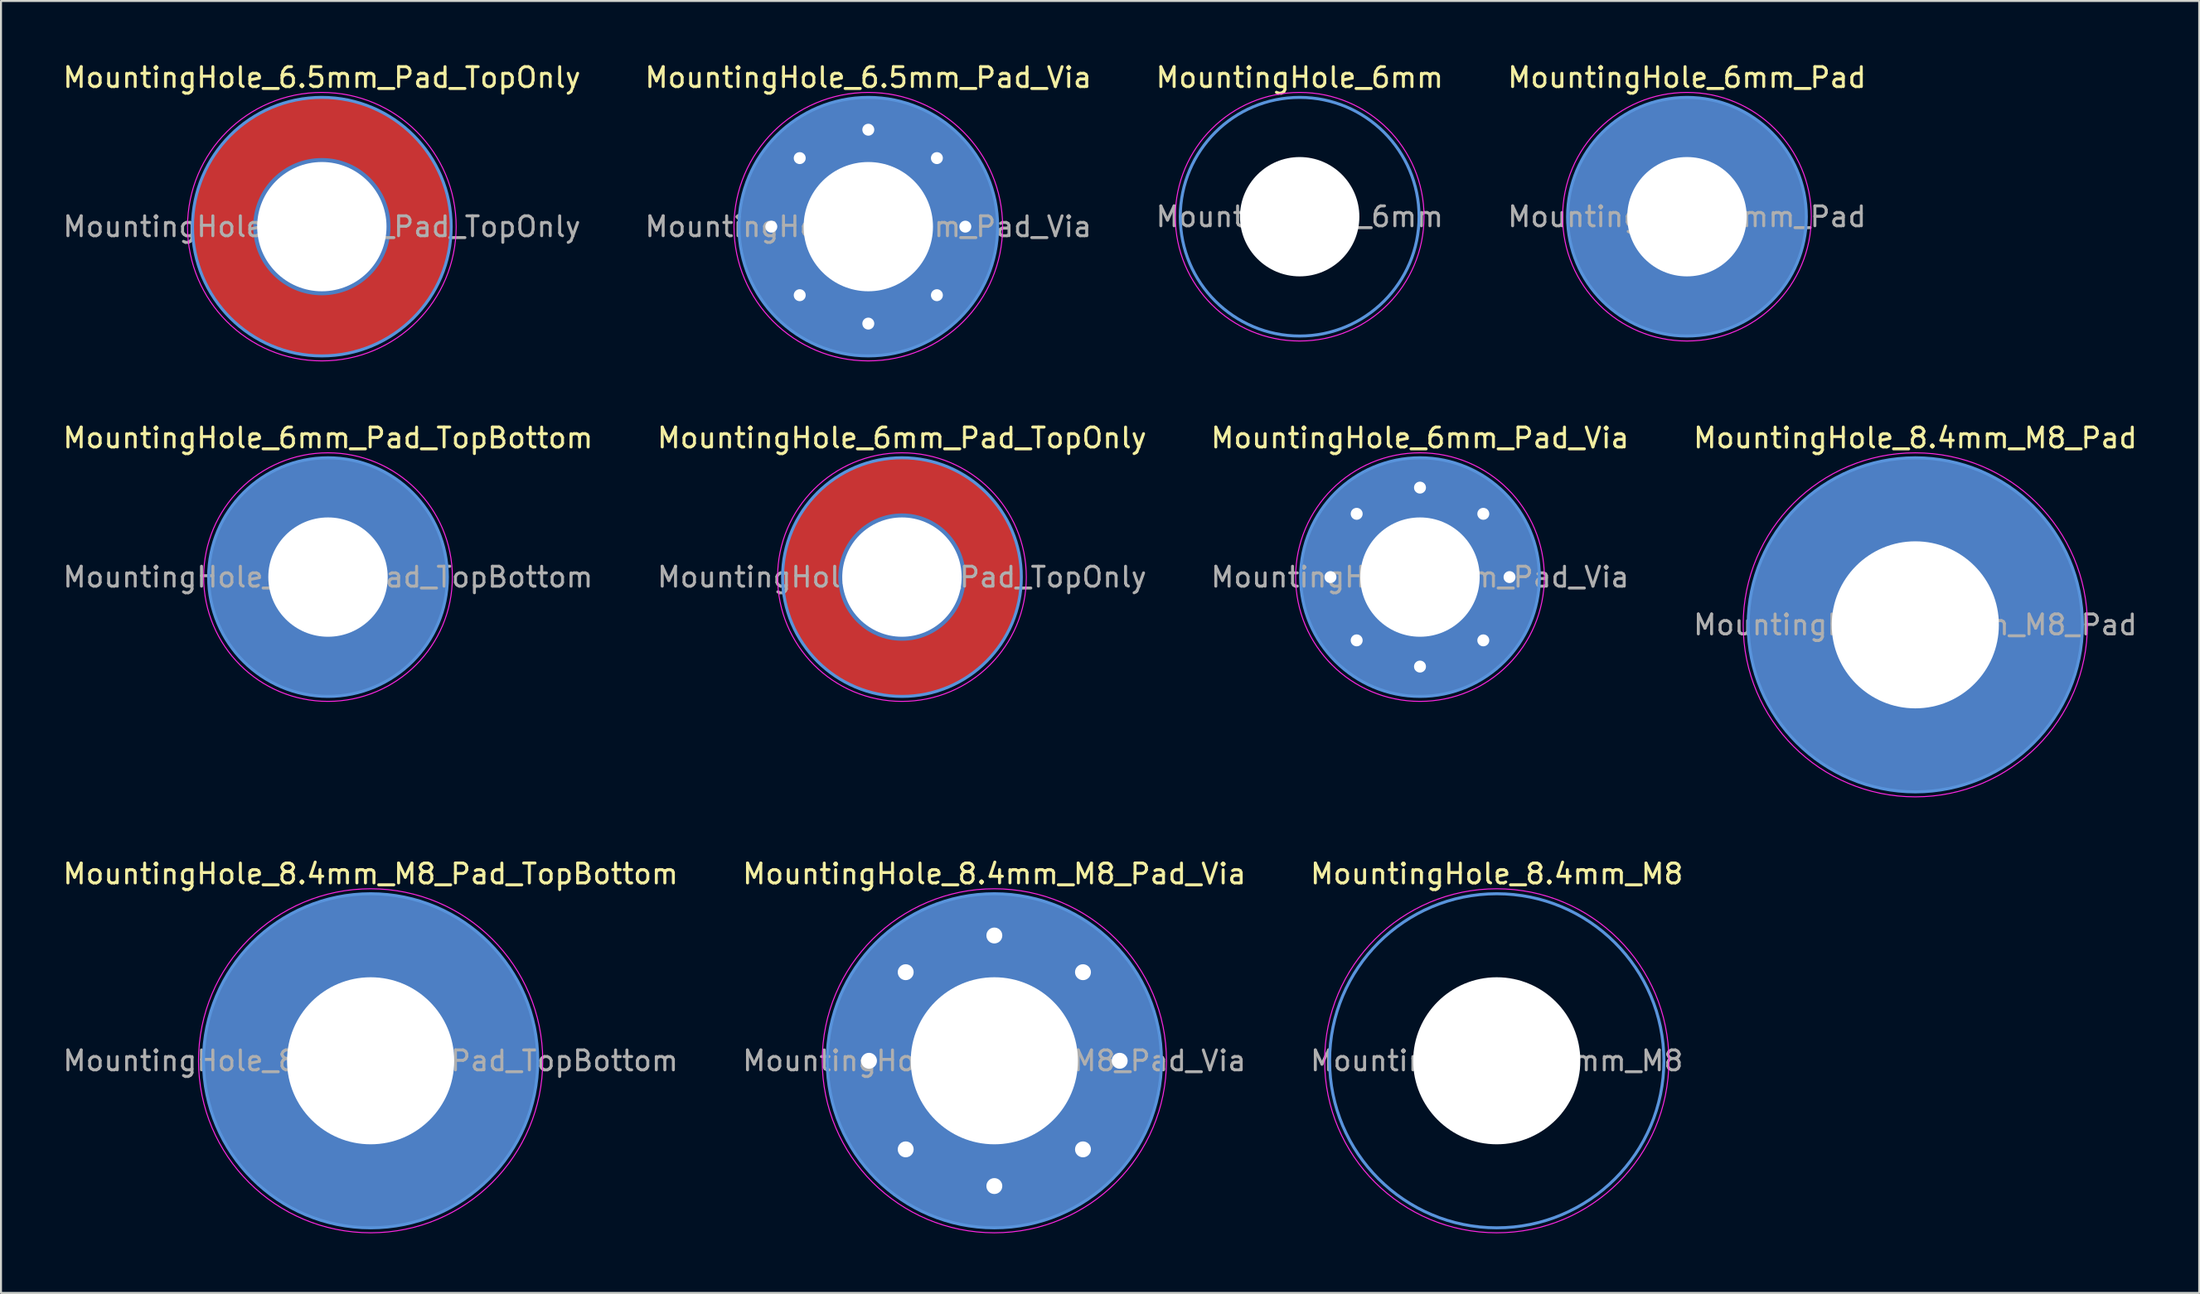
<source format=kicad_pcb>
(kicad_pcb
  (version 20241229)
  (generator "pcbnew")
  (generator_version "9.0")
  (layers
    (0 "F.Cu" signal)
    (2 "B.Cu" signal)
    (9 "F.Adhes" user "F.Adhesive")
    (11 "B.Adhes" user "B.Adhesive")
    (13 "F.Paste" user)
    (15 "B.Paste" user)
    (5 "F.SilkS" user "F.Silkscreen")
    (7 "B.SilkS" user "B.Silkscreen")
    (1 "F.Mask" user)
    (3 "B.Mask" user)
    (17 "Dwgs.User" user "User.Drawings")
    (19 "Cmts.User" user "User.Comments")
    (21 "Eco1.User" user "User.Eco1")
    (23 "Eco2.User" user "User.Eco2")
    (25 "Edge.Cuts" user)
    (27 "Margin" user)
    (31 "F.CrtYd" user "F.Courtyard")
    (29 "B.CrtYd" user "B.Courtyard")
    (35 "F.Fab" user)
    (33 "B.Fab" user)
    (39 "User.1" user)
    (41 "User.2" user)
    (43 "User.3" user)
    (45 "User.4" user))
  (footprint "MountingHole_6mm_Pad_TopOnly"
    (layer "F.Cu")
    (at 42.28 25.971)
    (property "Reference" "MountingHole_6mm_Pad_TopOnly" (at 0 -7 0) (layer "F.SilkS") (effects (font (size 1 1) (thickness 0.15))))
    (attr exclude_from_pos_files exclude_from_bom)
    (fp_circle (center 0 0) (end 6 0) (stroke (width 0.15) (type solid)) (fill no) (layer "Cmts.User"))
    (fp_circle (center 0 0) (end 6.25 0) (stroke (width 0.05) (type solid)) (fill no) (layer "F.CrtYd"))
    (fp_text user "${REFERENCE}" (at 0 0 0) (layer "F.Fab") (effects (font (size 1 1) (thickness 0.15))))
    (pad "1" thru_hole circle (at 0 0) (size 6.4 6.4) (drill 6) (layers "*.Cu" "*.Mask"))
    (pad "1" connect circle (at 0 0) (size 12 12) (layers "F.Cu" "F.Mask")))
  (footprint "MountingHole_6mm_Pad_TopBottom"
    (layer "F.Cu")
    (at 13.435 25.971)
    (property "Reference" "MountingHole_6mm_Pad_TopBottom" (at 0 -7 0) (layer "F.SilkS") (effects (font (size 1 1) (thickness 0.15))))
    (attr exclude_from_pos_files exclude_from_bom)
    (fp_circle (center 0 0) (end 6 0) (stroke (width 0.15) (type solid)) (fill no) (layer "Cmts.User"))
    (fp_circle (center 0 0) (end 6.25 0) (stroke (width 0.05) (type solid)) (fill no) (layer "F.CrtYd"))
    (fp_text user "${REFERENCE}" (at 0 0 0) (layer "F.Fab") (effects (font (size 1 1) (thickness 0.15))))
    (pad "1" thru_hole circle (at 0 0) (size 6.4 6.4) (drill 6) (layers "*.Cu" "*.Mask"))
    (pad "1" connect circle (at 0 0) (size 12 12) (layers "F.Cu" "F.Mask"))
    (pad "1" connect circle (at 0 0) (size 12 12) (layers "B.Cu" "B.Mask")))
  (footprint "MountingHole_6.5mm_Pad_TopOnly"
    (layer "F.Cu")
    (at 13.125 8.348)
    (property "Reference" "MountingHole_6.5mm_Pad_TopOnly" (at 0 -7.5 0) (layer "F.SilkS") (effects (font (size 1 1) (thickness 0.15))))
    (attr exclude_from_pos_files exclude_from_bom)
    (fp_circle (center 0 0) (end 6.5 0) (stroke (width 0.15) (type solid)) (fill no) (layer "Cmts.User"))
    (fp_circle (center 0 0) (end 6.75 0) (stroke (width 0.05) (type solid)) (fill no) (layer "F.CrtYd"))
    (fp_text user "${REFERENCE}" (at 0 0 0) (layer "F.Fab") (effects (font (size 1 1) (thickness 0.15))))
    (pad "1" thru_hole circle (at 0 0) (size 6.9 6.9) (drill 6.5) (layers "*.Cu" "*.Mask"))
    (pad "1" connect circle (at 0 0) (size 13 13) (layers "F.Cu" "F.Mask")))
  (footprint "MountingHole_8.4mm_M8_Pad"
    (layer "F.Cu")
    (at 93.208 28.372)
    (property "Reference" "MountingHole_8.4mm_M8_Pad" (at 0 -9.4 0) (layer "F.SilkS") (effects (font (size 1 1) (thickness 0.15))))
    (attr exclude_from_pos_files exclude_from_bom)
    (fp_circle (center 0 0) (end 8.4 0) (stroke (width 0.15) (type solid)) (fill no) (layer "Cmts.User"))
    (fp_circle (center 0 0) (end 8.65 0) (stroke (width 0.05) (type solid)) (fill no) (layer "F.CrtYd"))
    (fp_text user "${REFERENCE}" (at 0 0 0) (layer "F.Fab") (effects (font (size 1 1) (thickness 0.15))))
    (pad "1" thru_hole circle (at 0 0) (size 16.8 16.8) (drill 8.4) (layers "*.Cu" "*.Mask")))
  (footprint "MountingHole_8.4mm_M8_Pad_Via"
    (layer "F.Cu")
    (at 46.923 50.295)
    (property "Reference" "MountingHole_8.4mm_M8_Pad_Via" (at 0 -9.4 0) (layer "F.SilkS") (effects (font (size 1 1) (thickness 0.15))))
    (attr exclude_from_pos_files exclude_from_bom)
    (fp_circle (center 0 0) (end 8.4 0) (stroke (width 0.15) (type solid)) (fill no) (layer "Cmts.User"))
    (fp_circle (center 0 0) (end 8.65 0) (stroke (width 0.05) (type solid)) (fill no) (layer "F.CrtYd"))
    (fp_text user "${REFERENCE}" (at 0 0 0) (layer "F.Fab") (effects (font (size 1 1) (thickness 0.15))))
    (pad "1" thru_hole circle (at -6.3 0) (size 1.1 1.1) (drill 0.8) (layers "*.Cu" "*.Mask"))
    (pad "1" thru_hole circle (at -4.455 -4.455) (size 1.1 1.1) (drill 0.8) (layers "*.Cu" "*.Mask"))
    (pad "1" thru_hole circle (at -4.455 4.455) (size 1.1 1.1) (drill 0.8) (layers "*.Cu" "*.Mask"))
    (pad "1" thru_hole circle (at 0 -6.3) (size 1.1 1.1) (drill 0.8) (layers "*.Cu" "*.Mask"))
    (pad "1" thru_hole circle (at 0 0) (size 16.8 16.8) (drill 8.4) (layers "*.Cu" "*.Mask"))
    (pad "1" thru_hole circle (at 0 6.3) (size 1.1 1.1) (drill 0.8) (layers "*.Cu" "*.Mask"))
    (pad "1" thru_hole circle (at 4.455 -4.455) (size 1.1 1.1) (drill 0.8) (layers "*.Cu" "*.Mask"))
    (pad "1" thru_hole circle (at 4.455 4.455) (size 1.1 1.1) (drill 0.8) (layers "*.Cu" "*.Mask"))
    (pad "1" thru_hole circle (at 6.3 0) (size 1.1 1.1) (drill 0.8) (layers "*.Cu" "*.Mask")))
  (footprint "MountingHole_6mm_Pad"
    (layer "F.Cu")
    (at 81.732 7.848)
    (property "Reference" "MountingHole_6mm_Pad" (at 0 -7 0) (layer "F.SilkS") (effects (font (size 1 1) (thickness 0.15))))
    (attr exclude_from_pos_files exclude_from_bom)
    (fp_circle (center 0 0) (end 6 0) (stroke (width 0.15) (type solid)) (fill no) (layer "Cmts.User"))
    (fp_circle (center 0 0) (end 6.25 0) (stroke (width 0.05) (type solid)) (fill no) (layer "F.CrtYd"))
    (fp_text user "${REFERENCE}" (at 0 0 0) (layer "F.Fab") (effects (font (size 1 1) (thickness 0.15))))
    (pad "1" thru_hole circle (at 0 0) (size 12 12) (drill 6) (layers "*.Cu" "*.Mask")))
  (footprint "MountingHole_6.5mm_Pad_Via"
    (layer "F.Cu")
    (at 40.589 8.348)
    (property "Reference" "MountingHole_6.5mm_Pad_Via" (at 0 -7.5 0) (layer "F.SilkS") (effects (font (size 1 1) (thickness 0.15))))
    (attr exclude_from_pos_files exclude_from_bom)
    (fp_circle (center 0 0) (end 6.5 0) (stroke (width 0.15) (type solid)) (fill no) (layer "Cmts.User"))
    (fp_circle (center 0 0) (end 6.75 0) (stroke (width 0.05) (type solid)) (fill no) (layer "F.CrtYd"))
    (fp_text user "${REFERENCE}" (at 0 0 0) (layer "F.Fab") (effects (font (size 1 1) (thickness 0.15))))
    (pad "1" thru_hole circle (at -4.875 0) (size 0.9 0.9) (drill 0.6) (layers "*.Cu" "*.Mask"))
    (pad "1" thru_hole circle (at -3.447 -3.447) (size 0.9 0.9) (drill 0.6) (layers "*.Cu" "*.Mask"))
    (pad "1" thru_hole circle (at -3.447 3.447) (size 0.9 0.9) (drill 0.6) (layers "*.Cu" "*.Mask"))
    (pad "1" thru_hole circle (at 0 -4.875) (size 0.9 0.9) (drill 0.6) (layers "*.Cu" "*.Mask"))
    (pad "1" thru_hole circle (at 0 0) (size 13 13) (drill 6.5) (layers "*.Cu" "*.Mask"))
    (pad "1" thru_hole circle (at 0 4.875) (size 0.9 0.9) (drill 0.6) (layers "*.Cu" "*.Mask"))
    (pad "1" thru_hole circle (at 3.447 -3.447) (size 0.9 0.9) (drill 0.6) (layers "*.Cu" "*.Mask"))
    (pad "1" thru_hole circle (at 3.447 3.447) (size 0.9 0.9) (drill 0.6) (layers "*.Cu" "*.Mask"))
    (pad "1" thru_hole circle (at 4.875 0) (size 0.9 0.9) (drill 0.6) (layers "*.Cu" "*.Mask")))
  (footprint "MountingHole_8.4mm_M8_Pad_TopBottom"
    (layer "F.Cu")
    (at 15.577 50.295)
    (property "Reference" "MountingHole_8.4mm_M8_Pad_TopBottom" (at 0 -9.4 0) (layer "F.SilkS") (effects (font (size 1 1) (thickness 0.15))))
    (attr exclude_from_pos_files exclude_from_bom)
    (fp_circle (center 0 0) (end 8.4 0) (stroke (width 0.15) (type solid)) (fill no) (layer "Cmts.User"))
    (fp_circle (center 0 0) (end 8.65 0) (stroke (width 0.05) (type solid)) (fill no) (layer "F.CrtYd"))
    (fp_text user "${REFERENCE}" (at 0 0 0) (layer "F.Fab") (effects (font (size 1 1) (thickness 0.15))))
    (pad "1" thru_hole circle (at 0 0) (size 8.8 8.8) (drill 8.4) (layers "*.Cu" "*.Mask"))
    (pad "1" connect circle (at 0 0) (size 16.8 16.8) (layers "F.Cu" "F.Mask"))
    (pad "1" connect circle (at 0 0) (size 16.8 16.8) (layers "B.Cu" "B.Mask")))
  (footprint "MountingHole_8.4mm_M8"
    (layer "F.Cu")
    (at 72.173 50.295)
    (property "Reference" "MountingHole_8.4mm_M8" (at 0 -9.4 0) (layer "F.SilkS") (effects (font (size 1 1) (thickness 0.15))))
    (attr exclude_from_pos_files exclude_from_bom)
    (fp_circle (center 0 0) (end 8.4 0) (stroke (width 0.15) (type solid)) (fill no) (layer "Cmts.User"))
    (fp_circle (center 0 0) (end 8.65 0) (stroke (width 0.05) (type solid)) (fill no) (layer "F.CrtYd"))
    (fp_text user "${REFERENCE}" (at 0 0 0) (layer "F.Fab") (effects (font (size 1 1) (thickness 0.15))))
    (pad "" np_thru_hole circle (at 0 0) (size 8.4 8.4) (drill 8.4) (layers "*.Cu" "*.Mask")))
  (footprint "MountingHole_6mm_Pad_Via"
    (layer "F.Cu")
    (at 68.315 25.971)
    (property "Reference" "MountingHole_6mm_Pad_Via" (at 0 -7 0) (layer "F.SilkS") (effects (font (size 1 1) (thickness 0.15))))
    (attr exclude_from_pos_files exclude_from_bom)
    (fp_circle (center 0 0) (end 6 0) (stroke (width 0.15) (type solid)) (fill no) (layer "Cmts.User"))
    (fp_circle (center 0 0) (end 6.25 0) (stroke (width 0.05) (type solid)) (fill no) (layer "F.CrtYd"))
    (fp_text user "${REFERENCE}" (at 0 0 0) (layer "F.Fab") (effects (font (size 1 1) (thickness 0.15))))
    (pad "1" thru_hole circle (at -4.5 0) (size 0.9 0.9) (drill 0.6) (layers "*.Cu" "*.Mask"))
    (pad "1" thru_hole circle (at -3.182 -3.182) (size 0.9 0.9) (drill 0.6) (layers "*.Cu" "*.Mask"))
    (pad "1" thru_hole circle (at -3.182 3.182) (size 0.9 0.9) (drill 0.6) (layers "*.Cu" "*.Mask"))
    (pad "1" thru_hole circle (at 0 -4.5) (size 0.9 0.9) (drill 0.6) (layers "*.Cu" "*.Mask"))
    (pad "1" thru_hole circle (at 0 0) (size 12 12) (drill 6) (layers "*.Cu" "*.Mask"))
    (pad "1" thru_hole circle (at 0 4.5) (size 0.9 0.9) (drill 0.6) (layers "*.Cu" "*.Mask"))
    (pad "1" thru_hole circle (at 3.182 -3.182) (size 0.9 0.9) (drill 0.6) (layers "*.Cu" "*.Mask"))
    (pad "1" thru_hole circle (at 3.182 3.182) (size 0.9 0.9) (drill 0.6) (layers "*.Cu" "*.Mask"))
    (pad "1" thru_hole circle (at 4.5 0) (size 0.9 0.9) (drill 0.6) (layers "*.Cu" "*.Mask")))
  (footprint "MountingHole_6mm"
    (layer "F.Cu")
    (at 62.268 7.848)
    (property "Reference" "MountingHole_6mm" (at 0 -7 0) (layer "F.SilkS") (effects (font (size 1 1) (thickness 0.15))))
    (attr exclude_from_pos_files exclude_from_bom)
    (fp_circle (center 0 0) (end 6 0) (stroke (width 0.15) (type solid)) (fill no) (layer "Cmts.User"))
    (fp_circle (center 0 0) (end 6.25 0) (stroke (width 0.05) (type solid)) (fill no) (layer "F.CrtYd"))
    (fp_text user "${REFERENCE}" (at 0 0 0) (layer "F.Fab") (effects (font (size 1 1) (thickness 0.15))))
    (pad "" np_thru_hole circle (at 0 0) (size 6 6) (drill 6) (layers "*.Cu" "*.Mask")))
  (gr_rect
    (start -3 -3)
    (end 107.476 61.97)
    (stroke (width 0.1) (type default))
    (fill no)
    (layer "Edge.Cuts")))
</source>
